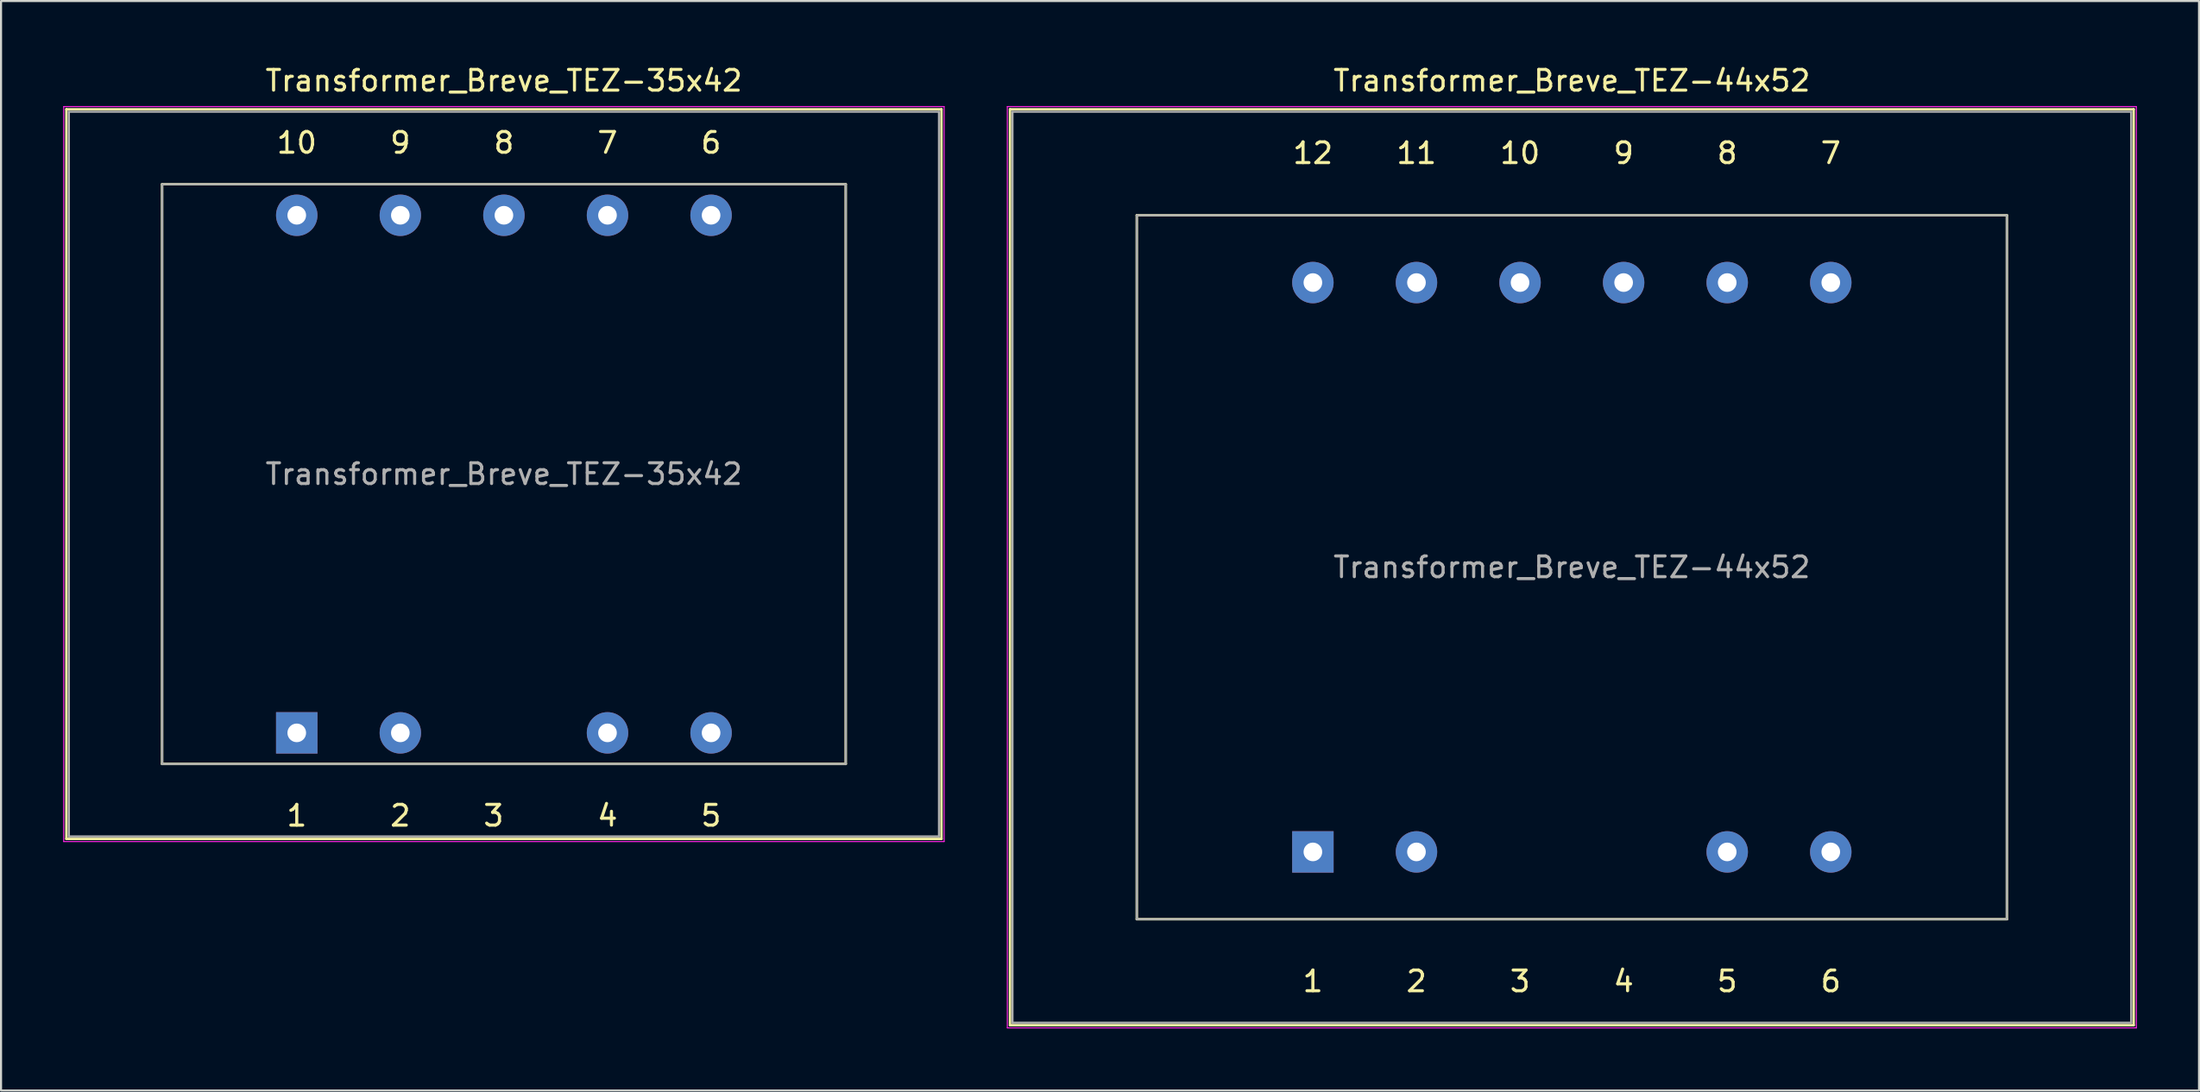
<source format=kicad_pcb>
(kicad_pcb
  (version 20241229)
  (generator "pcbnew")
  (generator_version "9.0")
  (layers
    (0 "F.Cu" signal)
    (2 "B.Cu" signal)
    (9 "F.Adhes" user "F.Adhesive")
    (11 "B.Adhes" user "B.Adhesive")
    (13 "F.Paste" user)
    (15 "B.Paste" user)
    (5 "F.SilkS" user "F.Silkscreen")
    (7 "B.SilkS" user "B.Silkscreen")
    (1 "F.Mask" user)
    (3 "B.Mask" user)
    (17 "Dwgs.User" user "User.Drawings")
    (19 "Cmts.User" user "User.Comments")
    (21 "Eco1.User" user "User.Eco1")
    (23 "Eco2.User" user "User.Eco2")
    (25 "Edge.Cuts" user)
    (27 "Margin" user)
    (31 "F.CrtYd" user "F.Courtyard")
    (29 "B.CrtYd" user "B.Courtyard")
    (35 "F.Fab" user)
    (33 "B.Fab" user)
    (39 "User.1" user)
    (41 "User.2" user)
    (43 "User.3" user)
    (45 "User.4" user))
  (footprint "Transformer_Breve_TEZ-44x52"
    (layer "F.Cu")
    (at 60.325 38.098)
    (property "Reference" "Transformer_Breve_TEZ-44x52" (at 12.5 -37.25 0) (layer "F.SilkS") (effects (font (size 1 1) (thickness 0.15))))
    (attr through_hole)
    (fp_line (start -14.62 -35.87) (end -14.62 8.37) (stroke (width 0.12) (type solid)) (layer "F.SilkS"))
    (fp_line (start -14.62 -35.87) (end 39.62 -35.87) (stroke (width 0.12) (type solid)) (layer "F.SilkS"))
    (fp_line (start -8.5 -30.75) (end 33.5 -30.75) (stroke (width 0.12) (type solid)) (layer "F.SilkS"))
    (fp_line (start -8.5 3.25) (end -8.5 -30.75) (stroke (width 0.12) (type solid)) (layer "F.SilkS"))
    (fp_line (start 33.5 -30.75) (end 33.5 3.25) (stroke (width 0.12) (type solid)) (layer "F.SilkS"))
    (fp_line (start 33.5 3.25) (end -8.5 3.25) (stroke (width 0.12) (type solid)) (layer "F.SilkS"))
    (fp_line (start 39.62 8.37) (end -14.62 8.37) (stroke (width 0.12) (type solid)) (layer "F.SilkS"))
    (fp_line (start 39.62 8.37) (end 39.62 -35.87) (stroke (width 0.12) (type solid)) (layer "F.SilkS"))
    (fp_line (start -14.75 -36) (end -14.75 8.5) (stroke (width 0.05) (type solid)) (layer "F.CrtYd"))
    (fp_line (start -14.75 -36) (end 39.75 -36) (stroke (width 0.05) (type solid)) (layer "F.CrtYd"))
    (fp_line (start 39.75 8.5) (end -14.75 8.5) (stroke (width 0.05) (type solid)) (layer "F.CrtYd"))
    (fp_line (start 39.75 8.5) (end 39.75 -36) (stroke (width 0.05) (type solid)) (layer "F.CrtYd"))
    (fp_line (start -14.5 -35.75) (end 39.5 -35.75) (stroke (width 0.1) (type solid)) (layer "F.Fab"))
    (fp_line (start -14.5 8.25) (end -14.5 -35.75) (stroke (width 0.1) (type solid)) (layer "F.Fab"))
    (fp_line (start -8.5 -30.75) (end 33.5 -30.75) (stroke (width 0.1) (type solid)) (layer "F.Fab"))
    (fp_line (start -8.5 3.25) (end -8.5 -30.75) (stroke (width 0.1) (type solid)) (layer "F.Fab"))
    (fp_line (start 33.5 -30.75) (end 33.5 3.25) (stroke (width 0.1) (type solid)) (layer "F.Fab"))
    (fp_line (start 33.5 3.25) (end -8.5 3.25) (stroke (width 0.1) (type solid)) (layer "F.Fab"))
    (fp_line (start 39.5 -35.75) (end 39.5 8.25) (stroke (width 0.1) (type solid)) (layer "F.Fab"))
    (fp_line (start 39.5 8.25) (end -14.5 8.25) (stroke (width 0.1) (type solid)) (layer "F.Fab"))
    (fp_text user "5" (at 20 6.25 0) (layer "F.SilkS") (effects (font (size 1 1) (thickness 0.15))))
    (fp_text user "10" (at 10 -33.75 0) (layer "F.SilkS") (effects (font (size 1 1) (thickness 0.15))))
    (fp_text user "1" (at 0 6.25 0) (layer "F.SilkS") (effects (font (size 1 1) (thickness 0.15))))
    (fp_text user "4" (at 15 6.25 0) (layer "F.SilkS") (effects (font (size 1 1) (thickness 0.15))))
    (fp_text user "9" (at 15 -33.75 0) (layer "F.SilkS") (effects (font (size 1 1) (thickness 0.15))))
    (fp_text user "2" (at 5 6.25 0) (layer "F.SilkS") (effects (font (size 1 1) (thickness 0.15))))
    (fp_text user "12" (at 0 -33.75 0) (layer "F.SilkS") (effects (font (size 1 1) (thickness 0.15))))
    (fp_text user "8" (at 20 -33.75 0) (layer "F.SilkS") (effects (font (size 1 1) (thickness 0.15))))
    (fp_text user "3" (at 10 6.25 0) (layer "F.SilkS") (effects (font (size 1 1) (thickness 0.15))))
    (fp_text user "11" (at 5 -33.75 0) (layer "F.SilkS") (effects (font (size 1 1) (thickness 0.15))))
    (fp_text user "6" (at 25 6.25 0) (layer "F.SilkS") (effects (font (size 1 1) (thickness 0.15))))
    (fp_text user "7" (at 25 -33.75 0) (layer "F.SilkS") (effects (font (size 1 1) (thickness 0.15))))
    (fp_text user "${REFERENCE}" (at 12.5 -13.75 0) (layer "F.Fab") (effects (font (size 1 1) (thickness 0.15))))
    (pad "1" thru_hole rect (at 0 0) (size 2 2) (drill 0.9) (layers "*.Cu" "*.Mask"))
    (pad "2" thru_hole circle (at 5 0) (size 2 2) (drill 0.9) (layers "*.Cu" "*.Mask"))
    (pad "5" thru_hole circle (at 20 0) (size 2 2) (drill 0.9) (layers "*.Cu" "*.Mask"))
    (pad "6" thru_hole circle (at 25 0) (size 2 2) (drill 0.9) (layers "*.Cu" "*.Mask"))
    (pad "7" thru_hole circle (at 25 -27.5) (size 2 2) (drill 0.9) (layers "*.Cu" "*.Mask"))
    (pad "8" thru_hole circle (at 20 -27.5) (size 2 2) (drill 0.9) (layers "*.Cu" "*.Mask"))
    (pad "9" thru_hole circle (at 15 -27.5) (size 2 2) (drill 0.9) (layers "*.Cu" "*.Mask"))
    (pad "10" thru_hole circle (at 10 -27.5) (size 2 2) (drill 0.9) (layers "*.Cu" "*.Mask"))
    (pad "11" thru_hole circle (at 5 -27.5) (size 2 2) (drill 0.9) (layers "*.Cu" "*.Mask"))
    (pad "12" thru_hole circle (at 0 -27.5) (size 2 2) (drill 0.9) (layers "*.Cu" "*.Mask")))
  (footprint "Transformer_Breve_TEZ-35x42"
    (layer "F.Cu")
    (at 11.275 32.348)
    (property "Reference" "Transformer_Breve_TEZ-35x42" (at 10 -31.5 0) (layer "F.SilkS") (effects (font (size 1 1) (thickness 0.15))))
    (attr through_hole)
    (fp_line (start -11.12 -30.12) (end -11.12 5.12) (stroke (width 0.12) (type solid)) (layer "F.SilkS"))
    (fp_line (start -11.12 -30.12) (end 31.12 -30.12) (stroke (width 0.12) (type solid)) (layer "F.SilkS"))
    (fp_line (start -6.5 -26.5) (end 26.5 -26.5) (stroke (width 0.12) (type solid)) (layer "F.SilkS"))
    (fp_line (start -6.5 1.5) (end -6.5 -26.5) (stroke (width 0.12) (type solid)) (layer "F.SilkS"))
    (fp_line (start 26.5 -26.5) (end 26.5 1.5) (stroke (width 0.12) (type solid)) (layer "F.SilkS"))
    (fp_line (start 26.5 1.5) (end -6.5 1.5) (stroke (width 0.12) (type solid)) (layer "F.SilkS"))
    (fp_line (start 31.12 5.12) (end -11.12 5.12) (stroke (width 0.12) (type solid)) (layer "F.SilkS"))
    (fp_line (start 31.12 5.12) (end 31.12 -30.12) (stroke (width 0.12) (type solid)) (layer "F.SilkS"))
    (fp_line (start -11.25 -30.25) (end -11.25 5.25) (stroke (width 0.05) (type solid)) (layer "F.CrtYd"))
    (fp_line (start -11.25 -30.25) (end 31.25 -30.25) (stroke (width 0.05) (type solid)) (layer "F.CrtYd"))
    (fp_line (start 31.25 5.25) (end -11.25 5.25) (stroke (width 0.05) (type solid)) (layer "F.CrtYd"))
    (fp_line (start 31.25 5.25) (end 31.25 -30.25) (stroke (width 0.05) (type solid)) (layer "F.CrtYd"))
    (fp_line (start -11 -30) (end 31 -30) (stroke (width 0.1) (type solid)) (layer "F.Fab"))
    (fp_line (start -11 5) (end -11 -30) (stroke (width 0.1) (type solid)) (layer "F.Fab"))
    (fp_line (start -6.5 -26.5) (end -6.5 1.5) (stroke (width 0.1) (type solid)) (layer "F.Fab"))
    (fp_line (start -6.5 1.5) (end 26.5 1.5) (stroke (width 0.1) (type solid)) (layer "F.Fab"))
    (fp_line (start 26.5 -26.5) (end -6.5 -26.5) (stroke (width 0.1) (type solid)) (layer "F.Fab"))
    (fp_line (start 26.5 1.5) (end 26.5 -26.5) (stroke (width 0.1) (type solid)) (layer "F.Fab"))
    (fp_line (start 31 -30) (end 31 5) (stroke (width 0.1) (type solid)) (layer "F.Fab"))
    (fp_line (start 31 5) (end -11 5) (stroke (width 0.1) (type solid)) (layer "F.Fab"))
    (fp_text user "5" (at 20 4 0) (layer "F.SilkS") (effects (font (size 1 1) (thickness 0.15))))
    (fp_text user "10" (at 0 -28.5 0) (layer "F.SilkS") (effects (font (size 1 1) (thickness 0.15))))
    (fp_text user "6" (at 20 -28.5 0) (layer "F.SilkS") (effects (font (size 1 1) (thickness 0.15))))
    (fp_text user "9" (at 5 -28.5 0) (layer "F.SilkS") (effects (font (size 1 1) (thickness 0.15))))
    (fp_text user "4" (at 15 4 0) (layer "F.SilkS") (effects (font (size 1 1) (thickness 0.15))))
    (fp_text user "3" (at 9.5 4 0) (layer "F.SilkS") (effects (font (size 1 1) (thickness 0.15))))
    (fp_text user "2" (at 5 4 0) (layer "F.SilkS") (effects (font (size 1 1) (thickness 0.15))))
    (fp_text user "7" (at 15 -28.5 0) (layer "F.SilkS") (effects (font (size 1 1) (thickness 0.15))))
    (fp_text user "1" (at 0 4 0) (layer "F.SilkS") (effects (font (size 1 1) (thickness 0.15))))
    (fp_text user "8" (at 10 -28.5 0) (layer "F.SilkS") (effects (font (size 1 1) (thickness 0.15))))
    (fp_text user "${REFERENCE}" (at 10 -12.5 0) (layer "F.Fab") (effects (font (size 1 1) (thickness 0.15))))
    (pad "1" thru_hole rect (at 0 0) (size 2 2) (drill 0.9) (layers "*.Cu" "*.Mask"))
    (pad "2" thru_hole circle (at 5 0) (size 2 2) (drill 0.9) (layers "*.Cu" "*.Mask"))
    (pad "4" thru_hole circle (at 15 0) (size 2 2) (drill 0.9) (layers "*.Cu" "*.Mask"))
    (pad "5" thru_hole circle (at 20 0) (size 2 2) (drill 0.9) (layers "*.Cu" "*.Mask"))
    (pad "6" thru_hole circle (at 20 -25) (size 2 2) (drill 0.9) (layers "*.Cu" "*.Mask"))
    (pad "7" thru_hole circle (at 15 -25) (size 2 2) (drill 0.9) (layers "*.Cu" "*.Mask"))
    (pad "8" thru_hole circle (at 10 -25) (size 2 2) (drill 0.9) (layers "*.Cu" "*.Mask"))
    (pad "9" thru_hole circle (at 5 -25) (size 2 2) (drill 0.9) (layers "*.Cu" "*.Mask"))
    (pad "10" thru_hole circle (at 0 -25) (size 2 2) (drill 0.9) (layers "*.Cu" "*.Mask")))
  (gr_rect
    (start -3 -3)
    (end 103.1 49.623)
    (stroke (width 0.1) (type default))
    (fill no)
    (layer "Edge.Cuts")))
</source>
